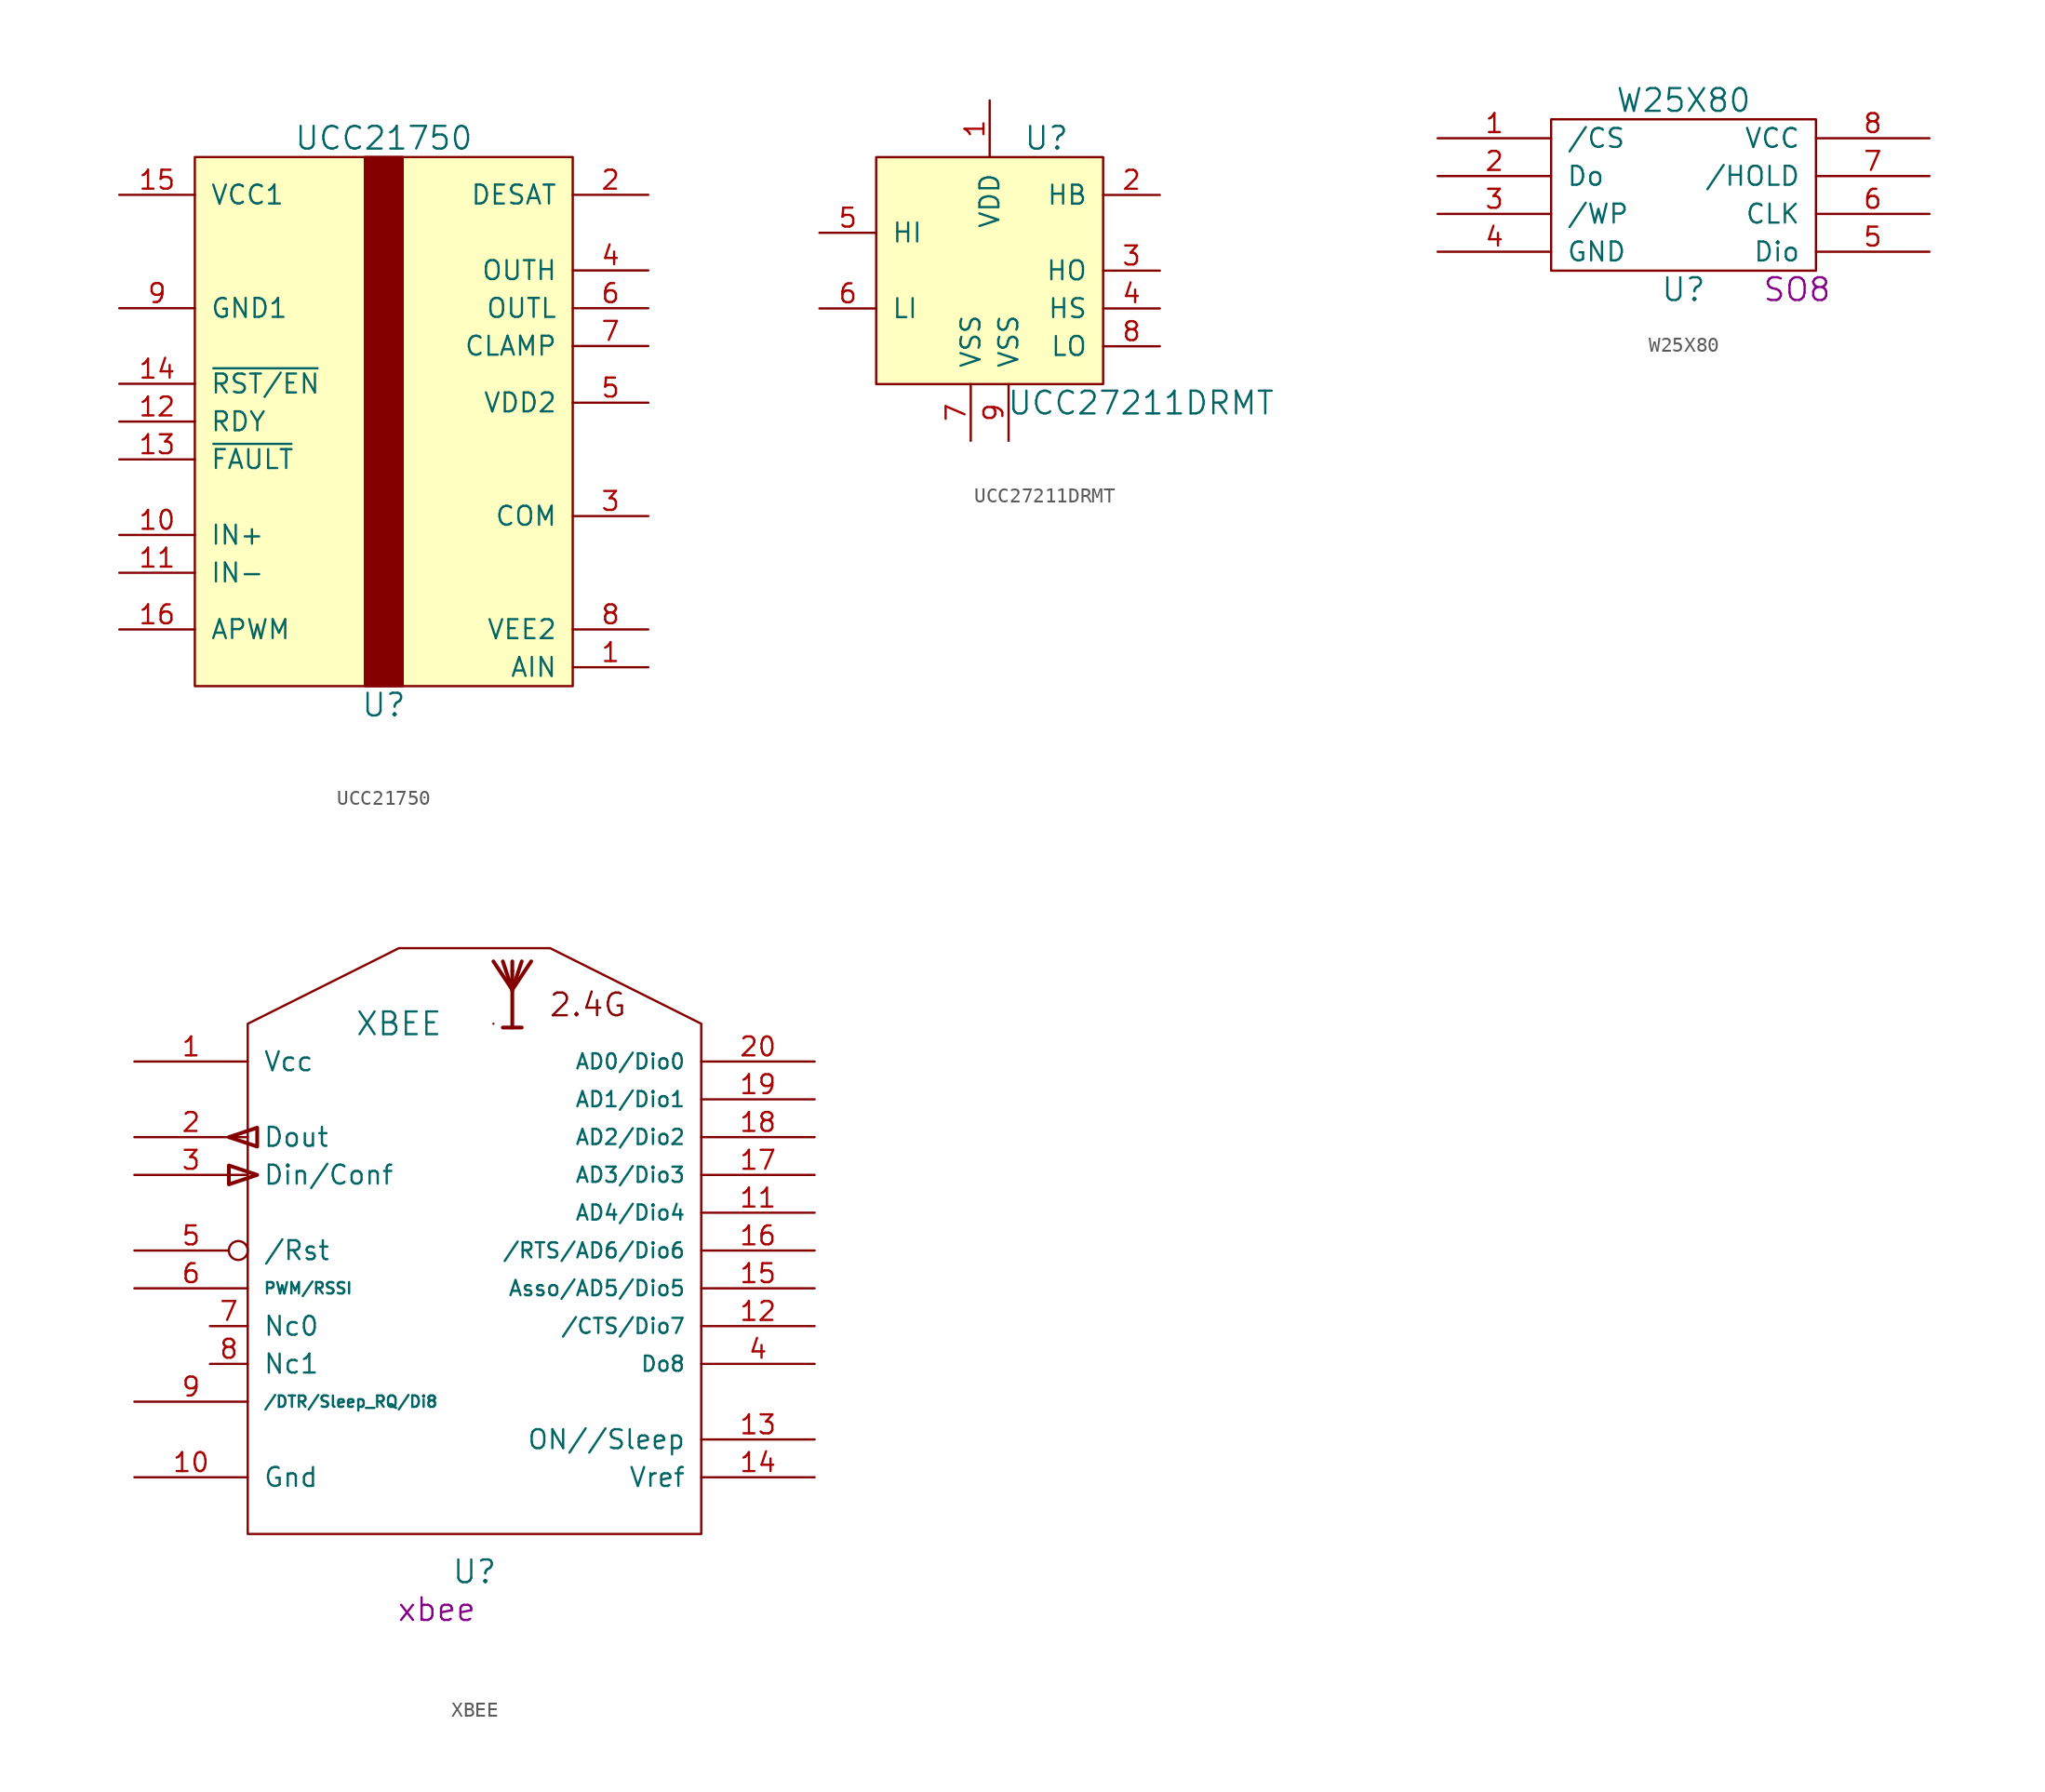
<source format=kicad_sym>
(kicad_symbol_lib
  (version 20211014)
  (generator kicad_symbol_editor)
  (symbol "UCC21750"
    (pin_names
      (offset 1.016))
    (property "Reference" "U"
      (at 0 -19.05 0)
      (effects (font (size 1.524 1.524))))
    (property "Value" "UCC21750"
      (at 0 19.05 0)
      (effects (font (size 1.524 1.524))))
    (symbol "UCC21750_0_1"
      (rectangle (start -12.7 17.78) (end 12.7 -17.78) (stroke (width 0) (type default) (color 0 0 0 0)) (fill (type background)))
      (rectangle (start -1.27 17.78) (end 1.27 -17.78) (stroke (width 0) (type default) (color 0 0 0 0)) (fill (type outline))))
    (symbol "UCC21750_1_1"
      (pin input line (at 17.78 -16.51 180) (length 5.08) (name "AIN" (effects (font (size 1.27 1.27)))) (number "1" (effects (font (size 1.27 1.27)))))
      (pin input line (at -17.78 -7.62 0) (length 5.08) (name "IN+" (effects (font (size 1.27 1.27)))) (number "10" (effects (font (size 1.27 1.27)))))
      (pin input line (at -17.78 -10.16 0) (length 5.08) (name "IN-" (effects (font (size 1.27 1.27)))) (number "11" (effects (font (size 1.27 1.27)))))
      (pin open_collector line (at -17.78 0 0) (length 5.08) (name "RDY" (effects (font (size 1.27 1.27)))) (number "12" (effects (font (size 1.27 1.27)))))
      (pin open_collector line (at -17.78 -2.54 0) (length 5.08) (name "~{FAULT}" (effects (font (size 1.27 1.27)))) (number "13" (effects (font (size 1.27 1.27)))))
      (pin input line (at -17.78 2.54 0) (length 5.08) (name "~{RST/EN}" (effects (font (size 1.27 1.27)))) (number "14" (effects (font (size 1.27 1.27)))))
      (pin input line (at -17.78 15.24 0) (length 5.08) (name "VCC1" (effects (font (size 1.27 1.27)))) (number "15" (effects (font (size 1.27 1.27)))))
      (pin output line (at -17.78 -13.97 0) (length 5.08) (name "APWM" (effects (font (size 1.27 1.27)))) (number "16" (effects (font (size 1.27 1.27)))))
      (pin input line (at 17.78 15.24 180) (length 5.08) (name "DESAT" (effects (font (size 1.27 1.27)))) (number "2" (effects (font (size 1.27 1.27)))))
      (pin input line (at 17.78 -6.35 180) (length 5.08) (name "COM" (effects (font (size 1.27 1.27)))) (number "3" (effects (font (size 1.27 1.27)))))
      (pin output line (at 17.78 10.16 180) (length 5.08) (name "OUTH" (effects (font (size 1.27 1.27)))) (number "4" (effects (font (size 1.27 1.27)))))
      (pin input line (at 17.78 1.27 180) (length 5.08) (name "VDD2" (effects (font (size 1.27 1.27)))) (number "5" (effects (font (size 1.27 1.27)))))
      (pin output line (at 17.78 7.62 180) (length 5.08) (name "OUTL" (effects (font (size 1.27 1.27)))) (number "6" (effects (font (size 1.27 1.27)))))
      (pin input line (at 17.78 5.08 180) (length 5.08) (name "CLAMP" (effects (font (size 1.27 1.27)))) (number "7" (effects (font (size 1.27 1.27)))))
      (pin input line (at 17.78 -13.97 180) (length 5.08) (name "VEE2" (effects (font (size 1.27 1.27)))) (number "8" (effects (font (size 1.27 1.27)))))
      (pin input line (at -17.78 7.62 0) (length 5.08) (name "GND1" (effects (font (size 1.27 1.27)))) (number "9" (effects (font (size 1.27 1.27)))))))
  (symbol "UCC27211DRMT"
    (pin_names
      (offset 1.016))
    (property "Reference" "U"
      (at 3.81 8.89 0)
      (effects (font (size 1.524 1.524))))
    (property "Value" "UCC27211DRMT"
      (at 10.16 -8.89 0)
      (effects (font (size 1.524 1.524))))
    (symbol "UCC27211DRMT_0_1"
      (rectangle (start 7.62 7.62) (end -7.62 -7.62) (stroke (width 0) (type default) (color 0 0 0 0)) (fill (type background))))
    (symbol "UCC27211DRMT_1_1"
      (pin power_in line (at 0 11.43 270) (length 3.81) (name "VDD" (effects (font (size 1.27 1.27)))) (number "1" (effects (font (size 1.27 1.27)))))
      (pin input line (at 11.43 5.08 180) (length 3.81) (name "HB" (effects (font (size 1.27 1.27)))) (number "2" (effects (font (size 1.27 1.27)))))
      (pin output line (at 11.43 0 180) (length 3.81) (name "HO" (effects (font (size 1.27 1.27)))) (number "3" (effects (font (size 1.27 1.27)))))
      (pin input line (at 11.43 -2.54 180) (length 3.81) (name "HS" (effects (font (size 1.27 1.27)))) (number "4" (effects (font (size 1.27 1.27)))))
      (pin input line (at -11.43 2.54 0) (length 3.81) (name "HI" (effects (font (size 1.27 1.27)))) (number "5" (effects (font (size 1.27 1.27)))))
      (pin input line (at -11.43 -2.54 0) (length 3.81) (name "LI" (effects (font (size 1.27 1.27)))) (number "6" (effects (font (size 1.27 1.27)))))
      (pin input line (at -1.27 -11.43 90) (length 3.81) (name "VSS" (effects (font (size 1.27 1.27)))) (number "7" (effects (font (size 1.27 1.27)))))
      (pin output line (at 11.43 -5.08 180) (length 3.81) (name "LO" (effects (font (size 1.27 1.27)))) (number "8" (effects (font (size 1.27 1.27)))))
      (pin input line (at 1.27 -11.43 90) (length 3.81) (name "VSS" (effects (font (size 1.27 1.27)))) (number "9" (effects (font (size 1.27 1.27)))))))
  (symbol "W25X80"
    (pin_names
      (offset 1.016))
    (property "Reference" "U"
      (at 0 -6.35 0)
      (effects (font (size 1.524 1.524))))
    (property "Value" "W25X80"
      (at 0 6.35 0)
      (effects (font (size 1.524 1.524))))
    (property "Footprint" "SO8"
      (at 7.62 -6.35 0)
      (effects (font (size 1.524 1.524))))
    (property "Datasheet" ""
      (at 0 0 0)
      (effects (font (size 1.524 1.524))))
    (symbol "W25X80_0_1"
      (rectangle (start 8.89 5.08) (end -8.89 -5.08) (stroke (width 0) (type default) (color 0 0 0 0)) (fill (type none))))
    (symbol "W25X80_1_1"
      (pin input line (at -16.51 3.81 0) (length 7.62) (name "/CS" (effects (font (size 1.27 1.27)))) (number "1" (effects (font (size 1.27 1.27)))))
      (pin input line (at -16.51 1.27 0) (length 7.62) (name "Do" (effects (font (size 1.27 1.27)))) (number "2" (effects (font (size 1.27 1.27)))))
      (pin input line (at -16.51 -1.27 0) (length 7.62) (name "/WP" (effects (font (size 1.27 1.27)))) (number "3" (effects (font (size 1.27 1.27)))))
      (pin input line (at -16.51 -3.81 0) (length 7.62) (name "GND" (effects (font (size 1.27 1.27)))) (number "4" (effects (font (size 1.27 1.27)))))
      (pin input line (at 16.51 -3.81 180) (length 7.62) (name "Dio" (effects (font (size 1.27 1.27)))) (number "5" (effects (font (size 1.27 1.27)))))
      (pin input line (at 16.51 -1.27 180) (length 7.62) (name "CLK" (effects (font (size 1.27 1.27)))) (number "6" (effects (font (size 1.27 1.27)))))
      (pin input line (at 16.51 1.27 180) (length 7.62) (name "/HOLD" (effects (font (size 1.27 1.27)))) (number "7" (effects (font (size 1.27 1.27)))))
      (pin input line (at 16.51 3.81 180) (length 7.62) (name "VCC" (effects (font (size 1.27 1.27)))) (number "8" (effects (font (size 1.27 1.27)))))))
  (symbol "XBEE"
    (pin_names
      (offset 1.016))
    (property "Reference" "U"
      (at 0 -16.51 0)
      (effects (font (size 1.524 1.524))))
    (property "Value" "XBEE"
      (at -5.08 20.32 0)
      (effects (font (size 1.524 1.524))))
    (property "Footprint" "xbee"
      (at -2.54 -19.05 0)
      (effects (font (size 1.524 1.524))))
    (property "Datasheet" ""
      (at 0 0 0)
      (effects (font (size 1.524 1.524))))
    (symbol "XBEE_0_0"
      (text "2.4G" (at 7.62 21.59 0) (effects (font (size 1.524 1.524)))))
    (symbol "XBEE_0_1"
      (polyline (pts (xy 1.905 20.066) (xy 3.175 20.066) (xy 3.175 20.066)) (stroke (width 0.254) (type default) (color 0 0 0 0)) (fill (type none)))
      (polyline (pts (xy 2.54 22.606) (xy 1.905 24.511) (xy 1.905 24.511)) (stroke (width 0.254) (type default) (color 0 0 0 0)) (fill (type none)))
      (polyline (pts (xy 2.54 22.606) (xy 2.54 23.876) (xy 2.54 23.876)) (stroke (width 0.254) (type default) (color 0 0 0 0)) (fill (type none)))
      (polyline (pts (xy 2.54 23.876) (xy 2.54 24.511) (xy 2.54 24.511)) (stroke (width 0.254) (type default) (color 0 0 0 0)) (fill (type none)))
      (polyline (pts (xy 3.175 24.511) (xy 2.54 22.606) (xy 2.54 22.606)) (stroke (width 0.254) (type default) (color 0 0 0 0)) (fill (type none)))
      (polyline (pts (xy 1.27 20.32) (xy 1.27 20.32) (xy 1.27 20.32) (xy 1.27 20.32)) (stroke (width 0) (type default) (color 0 0 0 0)) (fill (type none)))
      (polyline (pts (xy 2.54 22.606) (xy 2.54 20.066) (xy 2.54 20.066) (xy 2.54 20.066)) (stroke (width 0.254) (type default) (color 0 0 0 0)) (fill (type none)))
      (polyline (pts (xy -16.51 10.795) (xy -16.51 9.525) (xy -14.605 10.16) (xy -16.51 10.795) (xy -16.51 10.795)) (stroke (width 0.254) (type default) (color 0 0 0 0)) (fill (type none)))
      (polyline (pts (xy -16.51 12.7) (xy -14.605 13.335) (xy -14.605 12.065) (xy -16.51 12.7) (xy -16.51 12.7)) (stroke (width 0.254) (type default) (color 0 0 0 0)) (fill (type none)))
      (polyline (pts (xy 3.81 24.511) (xy 2.54 22.606) (xy 2.54 22.606) (xy 2.54 22.606) (xy 1.27 24.511) (xy 1.27 24.511)) (stroke (width 0.254) (type default) (color 0 0 0 0)) (fill (type none)))
      (polyline (pts (xy -15.24 20.32) (xy -15.24 -13.97) (xy 15.24 -13.97) (xy 15.24 20.32) (xy 5.08 25.4) (xy -5.08 25.4) (xy -15.24 20.32) (xy -15.24 20.32)) (stroke (width 0) (type default) (color 0 0 0 0)) (fill (type none))))
    (symbol "XBEE_1_1"
      (pin power_in line (at -22.86 17.78 0) (length 7.62) (name "Vcc" (effects (font (size 1.27 1.27)))) (number "1" (effects (font (size 1.27 1.27)))))
      (pin power_in line (at -22.86 -10.16 0) (length 7.62) (name "Gnd" (effects (font (size 1.27 1.27)))) (number "10" (effects (font (size 1.27 1.27)))))
      (pin passive line (at 22.86 7.62 180) (length 7.62) (name "AD4/Dio4" (effects (font (size 1.016 1.016)))) (number "11" (effects (font (size 1.27 1.27)))))
      (pin passive line (at 22.86 0 180) (length 7.62) (name "/CTS/Dio7" (effects (font (size 1.016 1.016)))) (number "12" (effects (font (size 1.27 1.27)))))
      (pin output line (at 22.86 -7.62 180) (length 7.62) (name "ON//Sleep" (effects (font (size 1.27 1.27)))) (number "13" (effects (font (size 1.27 1.27)))))
      (pin input line (at 22.86 -10.16 180) (length 7.62) (name "Vref" (effects (font (size 1.27 1.27)))) (number "14" (effects (font (size 1.27 1.27)))))
      (pin passive line (at 22.86 2.54 180) (length 7.62) (name "Asso/AD5/Dio5" (effects (font (size 1.016 1.016)))) (number "15" (effects (font (size 1.27 1.27)))))
      (pin passive line (at 22.86 5.08 180) (length 7.62) (name "/RTS/AD6/Dio6" (effects (font (size 1.016 1.016)))) (number "16" (effects (font (size 1.27 1.27)))))
      (pin passive line (at 22.86 10.16 180) (length 7.62) (name "AD3/Dio3" (effects (font (size 1.016 1.016)))) (number "17" (effects (font (size 1.27 1.27)))))
      (pin passive line (at 22.86 12.7 180) (length 7.62) (name "AD2/Dio2" (effects (font (size 1.016 1.016)))) (number "18" (effects (font (size 1.27 1.27)))))
      (pin passive line (at 22.86 15.24 180) (length 7.62) (name "AD1/Dio1" (effects (font (size 1.016 1.016)))) (number "19" (effects (font (size 1.27 1.27)))))
      (pin output line (at -22.86 12.7 0) (length 7.62) (name "Dout" (effects (font (size 1.27 1.27)))) (number "2" (effects (font (size 1.27 1.27)))))
      (pin passive line (at 22.86 17.78 180) (length 7.62) (name "AD0/Dio0" (effects (font (size 1.016 1.016)))) (number "20" (effects (font (size 1.27 1.27)))))
      (pin input line (at -22.86 10.16 0) (length 7.62) (name "Din/Conf" (effects (font (size 1.27 1.27)))) (number "3" (effects (font (size 1.27 1.27)))))
      (pin output line (at 22.86 -2.54 180) (length 7.62) (name "Do8" (effects (font (size 1.016 1.016)))) (number "4" (effects (font (size 1.27 1.27)))))
      (pin passive inverted (at -22.86 5.08 0) (length 7.62) (name "/Rst" (effects (font (size 1.27 1.27)))) (number "5" (effects (font (size 1.27 1.27)))))
      (pin output line (at -22.86 2.54 0) (length 7.62) (name "PWM/RSSI" (effects (font (size 0.762 0.762)))) (number "6" (effects (font (size 1.27 1.27)))))
      (pin passive line (at -17.78 0 0) (length 2.54) (name "Nc0" (effects (font (size 1.27 1.27)))) (number "7" (effects (font (size 1.27 1.27)))))
      (pin passive line (at -17.78 -2.54 0) (length 2.54) (name "Nc1" (effects (font (size 1.27 1.27)))) (number "8" (effects (font (size 1.27 1.27)))))
      (pin input line (at -22.86 -5.08 0) (length 7.62) (name "/DTR/Sleep_RQ/Di8" (effects (font (size 0.762 0.762)))) (number "9" (effects (font (size 1.27 1.27))))))))
</source>
